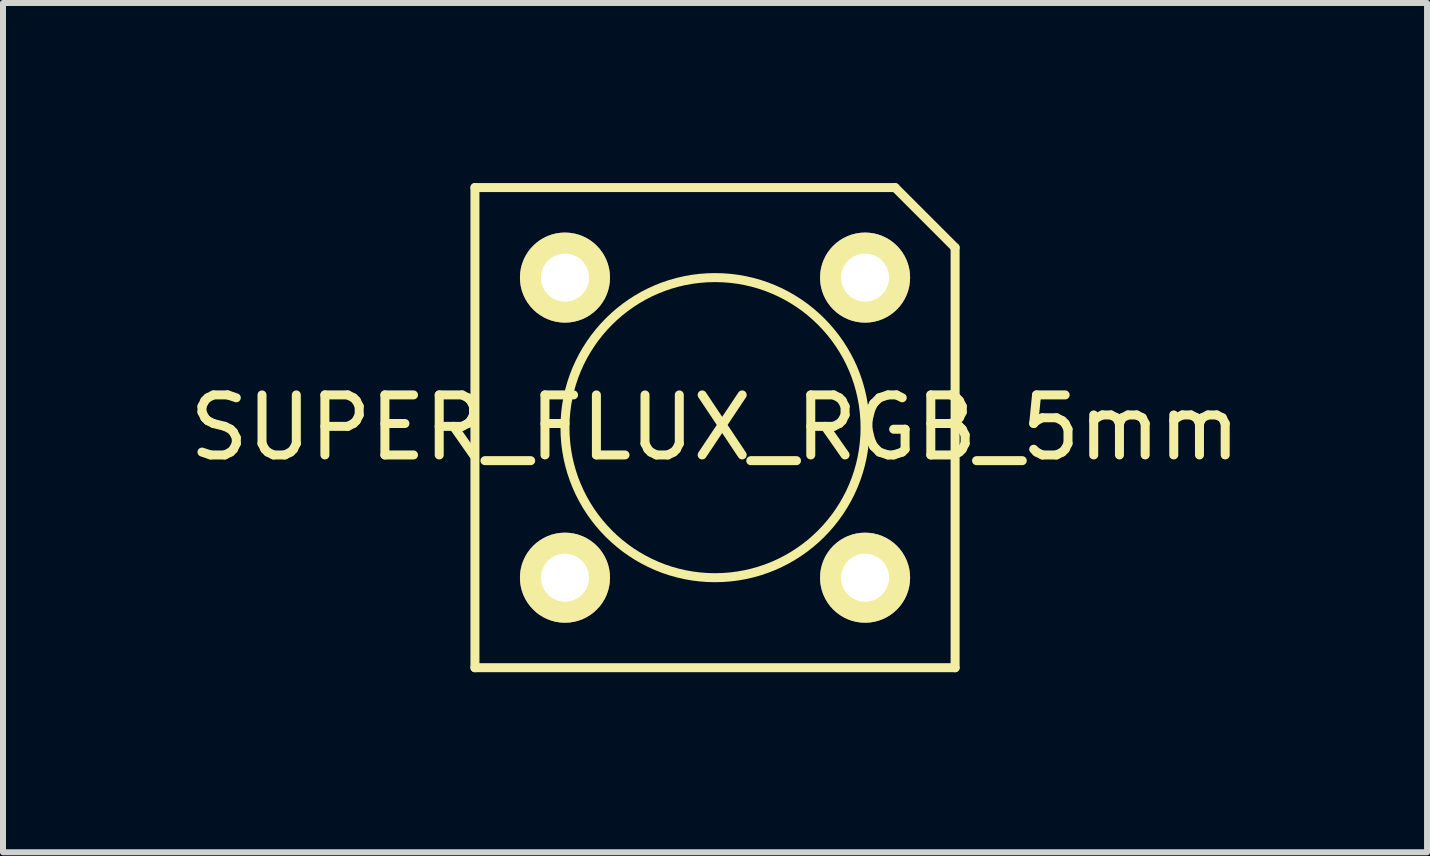
<source format=kicad_pcb>
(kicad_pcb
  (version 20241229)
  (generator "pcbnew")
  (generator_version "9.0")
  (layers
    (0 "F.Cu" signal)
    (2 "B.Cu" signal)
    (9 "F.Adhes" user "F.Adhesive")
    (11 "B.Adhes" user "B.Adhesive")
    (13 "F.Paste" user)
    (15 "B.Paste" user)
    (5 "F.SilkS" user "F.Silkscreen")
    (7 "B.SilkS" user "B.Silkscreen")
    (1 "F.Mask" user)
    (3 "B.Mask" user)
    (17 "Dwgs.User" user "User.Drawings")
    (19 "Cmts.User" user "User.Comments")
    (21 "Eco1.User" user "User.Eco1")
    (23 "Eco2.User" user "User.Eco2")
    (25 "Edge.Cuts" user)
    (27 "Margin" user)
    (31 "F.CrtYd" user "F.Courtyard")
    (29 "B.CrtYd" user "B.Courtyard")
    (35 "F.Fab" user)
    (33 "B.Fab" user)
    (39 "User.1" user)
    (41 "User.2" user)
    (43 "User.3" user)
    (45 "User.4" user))
  (footprint "SUPER_FLUX_RGB_5mm"
    (layer "F.Cu")
    (at 8.863 4.075)
    (property "Reference" "SUPER_FLUX_RGB_5mm" (at 0 0 0) (layer "F.SilkS") (effects (font (size 1 1) (thickness 0.15))))
    (attr through_hole)
    (fp_line (start -4 -4) (end -4 4) (stroke (width 0.15) (type solid)) (layer "F.SilkS"))
    (fp_line (start -4 4) (end 4 4) (stroke (width 0.15) (type solid)) (layer "F.SilkS"))
    (fp_line (start 3 -4) (end -4 -4) (stroke (width 0.15) (type solid)) (layer "F.SilkS"))
    (fp_line (start 4 -3) (end 3 -4) (stroke (width 0.15) (type solid)) (layer "F.SilkS"))
    (fp_line (start 4 4) (end 4 -3) (stroke (width 0.15) (type solid)) (layer "F.SilkS"))
    (fp_circle (center 0 0) (end 0 2.5) (stroke (width 0.15) (type solid)) (fill no) (layer "F.SilkS"))
    (pad "1" thru_hole circle (at 2.5 2.5) (size 1.5 1.5) (drill 0.8) (layers "*.Cu" "*.Mask" "F.SilkS"))
    (pad "2" thru_hole circle (at 2.5 -2.5) (size 1.5 1.5) (drill 0.8) (layers "*.Cu" "*.Mask" "F.SilkS"))
    (pad "3" thru_hole circle (at -2.5 -2.5) (size 1.5 1.5) (drill 0.8) (layers "*.Cu" "*.Mask" "F.SilkS"))
    (pad "4" thru_hole circle (at -2.5 2.5) (size 1.5 1.5) (drill 0.8) (layers "*.Cu" "*.Mask" "F.SilkS")))
  (gr_rect
    (start -3 -3)
    (end 20.726 11.15)
    (stroke (width 0.1) (type default))
    (fill no)
    (layer "Edge.Cuts")))
</source>
